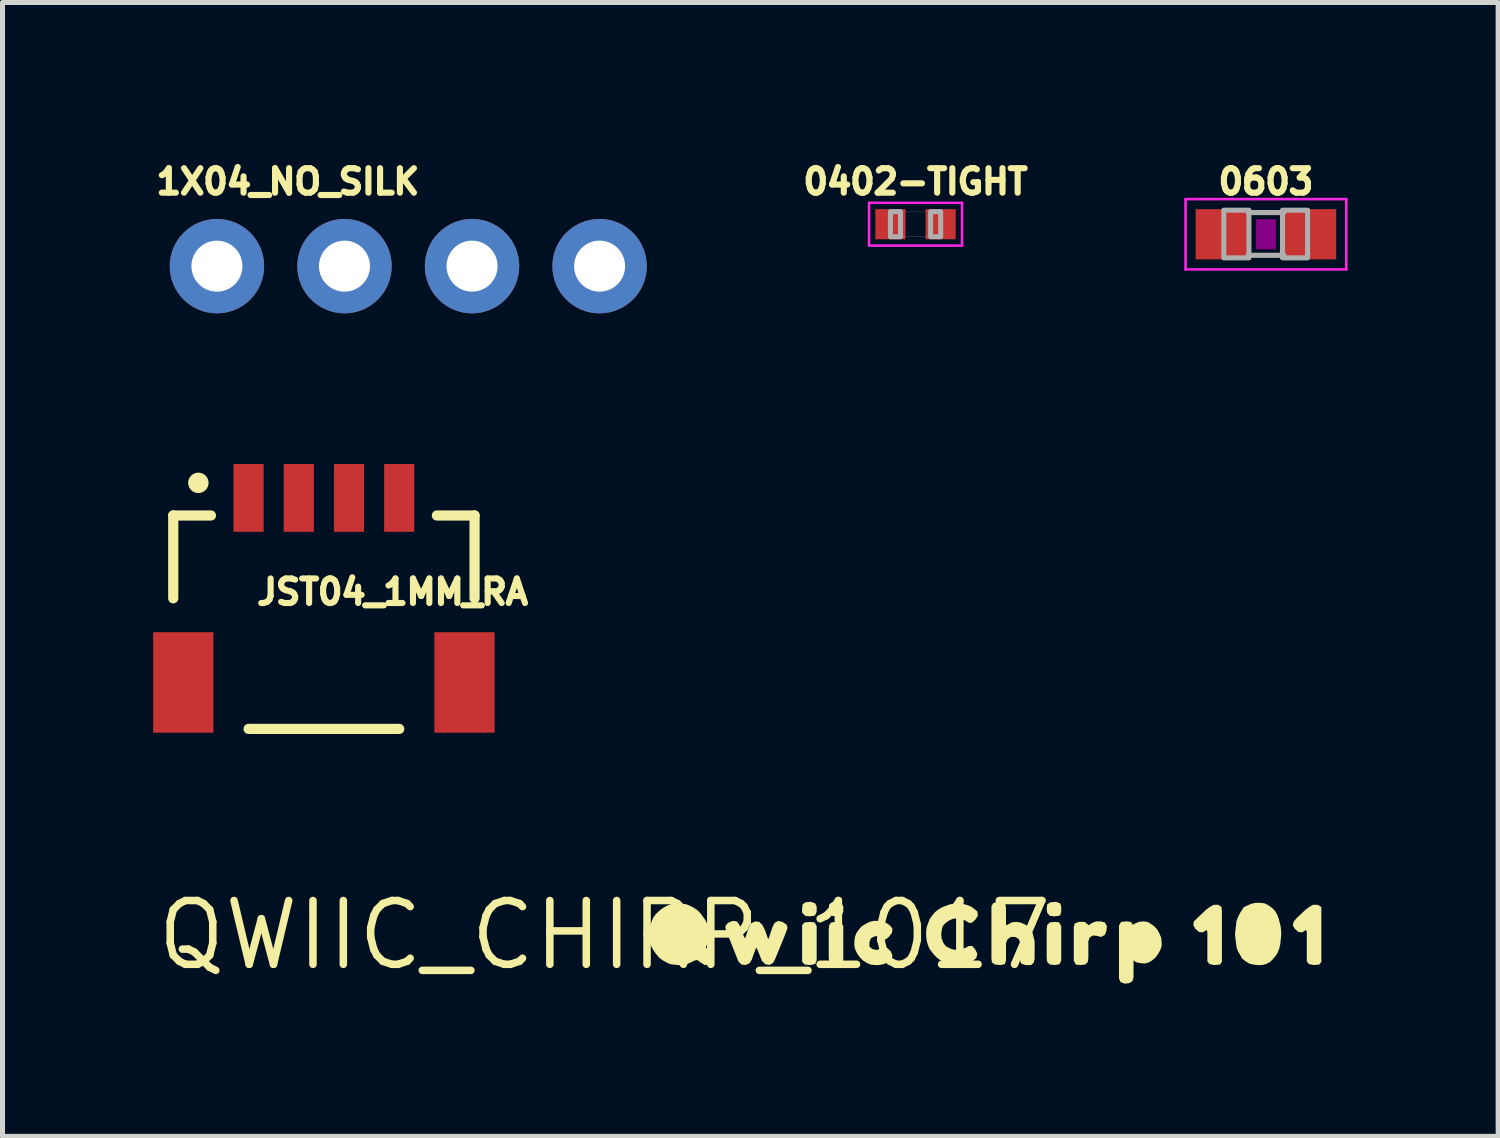
<source format=kicad_pcb>
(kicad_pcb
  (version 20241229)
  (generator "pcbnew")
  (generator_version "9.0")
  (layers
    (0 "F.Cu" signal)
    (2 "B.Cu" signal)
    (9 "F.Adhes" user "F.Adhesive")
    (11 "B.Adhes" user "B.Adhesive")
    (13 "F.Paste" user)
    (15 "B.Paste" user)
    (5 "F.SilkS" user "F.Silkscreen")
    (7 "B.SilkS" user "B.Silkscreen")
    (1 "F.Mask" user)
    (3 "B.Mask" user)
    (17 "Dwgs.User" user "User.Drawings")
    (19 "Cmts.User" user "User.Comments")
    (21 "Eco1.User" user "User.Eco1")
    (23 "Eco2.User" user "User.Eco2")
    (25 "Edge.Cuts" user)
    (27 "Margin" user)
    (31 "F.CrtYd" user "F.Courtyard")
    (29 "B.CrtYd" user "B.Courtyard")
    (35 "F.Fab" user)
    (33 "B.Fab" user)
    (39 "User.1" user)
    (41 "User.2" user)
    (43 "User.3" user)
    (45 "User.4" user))
  (footprint "0603"
    (layer "F.Cu")
    (at 22.159 1.615)
    (property "Reference" "0603" (at 0 -0.762 0) (layer "F.SilkS") (effects (font (size 0.488 0.488) (thickness 0.122)) (justify bottom)))
    (fp_poly (pts (xy -0.2 0.3) (xy 0.2 0.3) (xy 0.2 -0.3) (xy -0.2 -0.3)) (stroke (width 0) (type solid)) (fill yes) (layer "F.Adhes"))
    (fp_line (start -1.6 -0.7) (end 1.6 -0.7) (stroke (width 0.051) (type solid)) (layer "F.CrtYd"))
    (fp_line (start -1.6 0.7) (end -1.6 -0.7) (stroke (width 0.051) (type solid)) (layer "F.CrtYd"))
    (fp_line (start 1.6 -0.7) (end 1.6 0.7) (stroke (width 0.051) (type solid)) (layer "F.CrtYd"))
    (fp_line (start 1.6 0.7) (end -1.6 0.7) (stroke (width 0.051) (type solid)) (layer "F.CrtYd"))
    (fp_line (start -0.356 -0.432) (end 0.356 -0.432) (stroke (width 0.102) (type solid)) (layer "F.Fab"))
    (fp_line (start -0.356 0.419) (end 0.356 0.419) (stroke (width 0.102) (type solid)) (layer "F.Fab"))
    (fp_poly (pts (xy -0.838 0.47) (xy -0.338 0.47) (xy -0.338 -0.48) (xy -0.838 -0.48)) (stroke (width 0.1) (type solid)) (fill no) (layer "F.Fab"))
    (fp_poly (pts (xy 0.33 0.47) (xy 0.83 0.47) (xy 0.83 -0.48) (xy 0.33 -0.48)) (stroke (width 0.1) (type solid)) (fill no) (layer "F.Fab"))
    (pad "1" smd rect (at -0.85 0) (size 1.1 1) (layers "F.Cu" "F.Mask" "F.Paste"))
    (pad "2" smd rect (at 0.85 0) (size 1.1 1) (layers "F.Cu" "F.Mask" "F.Paste")))
  (footprint "0402-TIGHT"
    (layer "F.Cu")
    (at 15.182 1.415)
    (property "Reference" "0402-TIGHT" (at 0 -0.562 0) (layer "F.SilkS") (effects (font (size 0.488 0.488) (thickness 0.122)) (justify bottom)))
    (fp_line (start -0.926 -0.426) (end -0.926 0.426) (stroke (width 0.05) (type solid)) (layer "F.CrtYd"))
    (fp_line (start -0.926 0.426) (end 0.926 0.426) (stroke (width 0.05) (type solid)) (layer "F.CrtYd"))
    (fp_line (start 0.926 -0.426) (end -0.926 -0.426) (stroke (width 0.05) (type solid)) (layer "F.CrtYd"))
    (fp_line (start 0.926 0.426) (end 0.926 -0.426) (stroke (width 0.05) (type solid)) (layer "F.CrtYd"))
    (fp_line (start -0.5 -0.25) (end 0.5 -0.25) (stroke (width 0.003) (type solid)) (layer "F.Fab"))
    (fp_line (start -0.5 0.25) (end -0.5 -0.25) (stroke (width 0.003) (type solid)) (layer "F.Fab"))
    (fp_line (start 0.5 -0.25) (end 0.5 0.25) (stroke (width 0.003) (type solid)) (layer "F.Fab"))
    (fp_line (start 0.5 0.25) (end -0.5 0.25) (stroke (width 0.003) (type solid)) (layer "F.Fab"))
    (fp_poly (pts (xy -0.5 0.25) (xy -0.3 0.25) (xy -0.3 -0.25) (xy -0.5 -0.25)) (stroke (width 0.1) (type solid)) (fill no) (layer "F.Fab"))
    (fp_poly (pts (xy 0.5 -0.25) (xy 0.3 -0.25) (xy 0.3 0.25) (xy 0.5 0.25)) (stroke (width 0.1) (type solid)) (fill no) (layer "F.Fab"))
    (pad "1" smd rect (at -0.5 0) (size 0.6 0.6) (layers "F.Cu" "F.Mask" "F.Paste"))
    (pad "2" smd rect (at 0.5 0) (size 0.6 0.6) (layers "F.Cu" "F.Mask" "F.Paste")))
  (footprint "QWIIC_CHIRP_1017"
    (layer "F.Cu")
    (at 8.988 15.573)
    (property "Reference" "QWIIC_CHIRP_1017" (at 0 0 0) (layer "F.SilkS") (effects (font (size 1.27 1.27) (thickness 0.15))))
    (fp_poly (pts (xy 4.183 -0.255) (xy 4.225 -0.181) (xy 4.225 0.501) (xy 4.194 0.574) (xy 4.1 0.595) (xy 3.988 0.585) (xy 3.935 0.532) (xy 3.935 -0.202) (xy 3.988 -0.255) (xy 4.09 -0.265)) (stroke (width 0) (type solid)) (fill yes) (layer "F.SilkS"))
    (fp_poly (pts (xy 4.194 -0.634) (xy 4.225 -0.571) (xy 4.225 -0.469) (xy 4.194 -0.396) (xy 4.171 -0.385) (xy 4.08 -0.375) (xy 3.998 -0.385) (xy 3.935 -0.448) (xy 3.935 -0.53) (xy 3.945 -0.613) (xy 3.998 -0.655) (xy 4.111 -0.665)) (stroke (width 0) (type solid)) (fill yes) (layer "F.SilkS"))
    (fp_poly (pts (xy 4.713 -0.255) (xy 4.755 -0.181) (xy 4.755 0.501) (xy 4.724 0.574) (xy 4.64 0.595) (xy 4.528 0.585) (xy 4.475 0.532) (xy 4.465 0.45) (xy 4.465 -0.12) (xy 4.475 -0.202) (xy 4.517 -0.255) (xy 4.63 -0.265)) (stroke (width 0) (type solid)) (fill yes) (layer "F.SilkS"))
    (fp_poly (pts (xy 4.724 -0.634) (xy 4.755 -0.571) (xy 4.755 -0.469) (xy 4.724 -0.396) (xy 4.701 -0.385) (xy 4.62 -0.375) (xy 4.528 -0.385) (xy 4.465 -0.448) (xy 4.465 -0.53) (xy 4.475 -0.613) (xy 4.528 -0.655) (xy 4.641 -0.665)) (stroke (width 0) (type solid)) (fill yes) (layer "F.SilkS"))
    (fp_poly (pts (xy 9.053 -0.255) (xy 9.095 -0.181) (xy 9.095 0.501) (xy 9.064 0.574) (xy 8.98 0.595) (xy 8.868 0.585) (xy 8.815 0.532) (xy 8.805 0.45) (xy 8.805 -0.12) (xy 8.815 -0.202) (xy 8.868 -0.255) (xy 8.97 -0.265)) (stroke (width 0) (type solid)) (fill yes) (layer "F.SilkS"))
    (fp_poly (pts (xy 9.074 -0.634) (xy 9.095 -0.571) (xy 9.095 -0.469) (xy 9.074 -0.396) (xy 9.041 -0.385) (xy 8.96 -0.375) (xy 8.867 -0.385) (xy 8.815 -0.448) (xy 8.805 -0.53) (xy 8.815 -0.613) (xy 8.878 -0.655) (xy 8.991 -0.665)) (stroke (width 0) (type solid)) (fill yes) (layer "F.SilkS"))
    (fp_poly (pts (xy 14.275 -0.563) (xy 14.275 0.532) (xy 14.233 0.585) (xy 14.13 0.595) (xy 14.027 0.575) (xy 13.985 0.522) (xy 13.985 -0.069) (xy 13.968 -0.103) (xy 13.891 -0.055) (xy 13.818 -0.065) (xy 13.746 -0.127) (xy 13.705 -0.199) (xy 13.725 -0.272) (xy 13.786 -0.343) (xy 13.967 -0.514) (xy 14.037 -0.564) (xy 14.109 -0.605) (xy 14.201 -0.605)) (stroke (width 0) (type solid)) (fill yes) (layer "F.SilkS"))
    (fp_poly (pts (xy 12.285 -0.563) (xy 12.295 -0.48) (xy 12.295 0.532) (xy 12.253 0.585) (xy 12.14 0.595) (xy 12.047 0.574) (xy 12.005 0.522) (xy 12.005 -0.069) (xy 11.988 -0.103) (xy 11.911 -0.055) (xy 11.838 -0.065) (xy 11.766 -0.127) (xy 11.725 -0.199) (xy 11.735 -0.272) (xy 11.807 -0.344) (xy 11.987 -0.514) (xy 12.057 -0.564) (xy 12.129 -0.605) (xy 12.222 -0.605)) (stroke (width 0) (type solid)) (fill yes) (layer "F.SilkS"))
    (fp_poly (pts (xy 9.963 -0.254) (xy 10.005 -0.181) (xy 9.995 -0.089) (xy 9.964 -0.007) (xy 9.891 0.035) (xy 9.809 0.015) (xy 9.731 0.005) (xy 9.664 0.043) (xy 9.635 0.121) (xy 9.635 0.45) (xy 9.625 0.532) (xy 9.572 0.585) (xy 9.47 0.595) (xy 9.387 0.585) (xy 9.345 0.511) (xy 9.345 -0.171) (xy 9.366 -0.234) (xy 9.449 -0.265) (xy 9.562 -0.265) (xy 9.613 -0.224) (xy 9.641 -0.197) (xy 9.708 -0.244) (xy 9.789 -0.275) (xy 9.881 -0.275)) (stroke (width 0) (type solid)) (fill yes) (layer "F.SilkS"))
    (fp_poly (pts (xy 10.812 -0.265) (xy 10.883 -0.224) (xy 10.953 -0.174) (xy 11.014 -0.103) (xy 11.055 -0.022) (xy 11.085 0.049) (xy 11.095 0.14) (xy 11.095 0.221) (xy 11.065 0.302) (xy 11.024 0.373) (xy 10.974 0.443) (xy 10.903 0.504) (xy 10.832 0.545) (xy 10.75 0.565) (xy 10.659 0.555) (xy 10.578 0.535) (xy 10.535 0.5) (xy 10.535 0.831) (xy 10.514 0.913) (xy 10.452 0.955) (xy 10.359 0.965) (xy 10.276 0.934) (xy 10.245 0.861) (xy 10.245 -0.191) (xy 10.287 -0.265) (xy 10.39 -0.275) (xy 10.483 -0.265) (xy 10.522 -0.207) (xy 10.568 -0.234) (xy 10.639 -0.265) (xy 10.73 -0.275)) (stroke (width 0) (type solid)) (fill yes) (layer "F.SilkS"))
    (fp_poly (pts (xy 7.932 -0.655) (xy 7.985 -0.613) (xy 7.995 -0.53) (xy 7.995 -0.197) (xy 8.038 -0.215) (xy 8.108 -0.255) (xy 8.19 -0.265) (xy 8.271 -0.255) (xy 8.352 -0.225) (xy 8.423 -0.184) (xy 8.484 -0.113) (xy 8.525 -0.042) (xy 8.545 0.039) (xy 8.565 0.119) (xy 8.565 0.471) (xy 8.544 0.553) (xy 8.492 0.595) (xy 8.379 0.595) (xy 8.296 0.564) (xy 8.275 0.491) (xy 8.275 0.141) (xy 8.246 0.074) (xy 8.179 0.035) (xy 8.092 0.035) (xy 8.024 0.083) (xy 7.995 0.161) (xy 7.995 0.501) (xy 7.974 0.574) (xy 7.89 0.595) (xy 7.778 0.585) (xy 7.715 0.543) (xy 7.705 0.46) (xy 7.705 -0.571) (xy 7.736 -0.634) (xy 7.809 -0.665)) (stroke (width 0) (type solid)) (fill yes) (layer "F.SilkS"))
    (fp_poly (pts (xy 3.542 -0.265) (xy 3.624 -0.213) (xy 3.645 -0.15) (xy 3.615 -0.058) (xy 3.555 0.092) (xy 3.395 0.482) (xy 3.354 0.554) (xy 3.281 0.595) (xy 3.197 0.575) (xy 3.136 0.513) (xy 3.115 0.462) (xy 3.055 0.312) (xy 3.021 0.243) (xy 2.955 0.422) (xy 2.935 0.482) (xy 2.894 0.554) (xy 2.811 0.595) (xy 2.728 0.585) (xy 2.666 0.523) (xy 2.415 -0.109) (xy 2.405 -0.181) (xy 2.457 -0.244) (xy 2.549 -0.285) (xy 2.633 -0.275) (xy 2.684 -0.213) (xy 2.765 -0.002) (xy 2.799 0.067) (xy 2.875 -0.162) (xy 2.916 -0.234) (xy 2.999 -0.275) (xy 3.082 -0.265) (xy 3.144 -0.203) (xy 3.195 -0.102) (xy 3.254 0.066) (xy 3.267 0.073) (xy 3.345 -0.162) (xy 3.386 -0.244) (xy 3.459 -0.285)) (stroke (width 0) (type solid)) (fill yes) (layer "F.SilkS"))
    (fp_poly (pts (xy 5.521 -0.275) (xy 5.612 -0.245) (xy 5.683 -0.194) (xy 5.735 -0.132) (xy 5.725 -0.048) (xy 5.664 0.033) (xy 5.601 0.086) (xy 5.528 0.055) (xy 5.449 0.015) (xy 5.372 0.025) (xy 5.304 0.063) (xy 5.275 0.141) (xy 5.275 0.228) (xy 5.332 0.275) (xy 5.41 0.295) (xy 5.488 0.275) (xy 5.57 0.235) (xy 5.633 0.256) (xy 5.704 0.327) (xy 5.735 0.41) (xy 5.714 0.483) (xy 5.633 0.544) (xy 5.562 0.575) (xy 5.471 0.595) (xy 5.39 0.595) (xy 5.299 0.585) (xy 5.228 0.554) (xy 5.147 0.504) (xy 5.086 0.443) (xy 5.036 0.373) (xy 4.995 0.292) (xy 4.975 0.211) (xy 4.975 0.13) (xy 4.985 0.039) (xy 5.016 -0.042) (xy 5.066 -0.113) (xy 5.117 -0.174) (xy 5.198 -0.224) (xy 5.278 -0.265) (xy 5.359 -0.285) (xy 5.44 -0.285)) (stroke (width 0) (type solid)) (fill yes) (layer "F.SilkS"))
    (fp_poly (pts (xy 13.141 -0.635) (xy 13.223 -0.594) (xy 13.293 -0.544) (xy 13.354 -0.483) (xy 13.395 -0.412) (xy 13.425 -0.331) (xy 13.444 -0.256) (xy 13.465 -0.171) (xy 13.475 -0.08) (xy 13.475 0.01) (xy 13.465 0.101) (xy 13.455 0.191) (xy 13.435 0.271) (xy 13.404 0.352) (xy 13.364 0.413) (xy 13.314 0.473) (xy 13.253 0.534) (xy 13.172 0.575) (xy 13.091 0.595) (xy 13 0.595) (xy 12.919 0.585) (xy 12.838 0.565) (xy 12.757 0.514) (xy 12.696 0.463) (xy 12.656 0.392) (xy 12.615 0.322) (xy 12.585 0.241) (xy 12.575 0.161) (xy 12.565 0.071) (xy 12.555 -0.02) (xy 12.565 -0.111) (xy 12.575 -0.201) (xy 12.585 -0.281) (xy 12.615 -0.362) (xy 12.656 -0.443) (xy 12.696 -0.503) (xy 12.726 -0.554) (xy 12.808 -0.595) (xy 12.878 -0.625) (xy 12.969 -0.645) (xy 13.06 -0.645)) (stroke (width 0) (type solid)) (fill yes) (layer "F.SilkS"))
    (fp_poly (pts (xy 1.551 -0.625) (xy 1.631 -0.615) (xy 1.702 -0.585) (xy 1.783 -0.544) (xy 1.853 -0.494) (xy 1.914 -0.433) (xy 1.964 -0.363) (xy 2.014 -0.292) (xy 2.045 -0.222) (xy 2.065 -0.141) (xy 2.075 -0.05) (xy 2.065 0.041) (xy 2.055 0.121) (xy 2.035 0.202) (xy 2.016 0.248) (xy 2.093 0.306) (xy 2.154 0.357) (xy 2.175 0.42) (xy 2.134 0.503) (xy 2.073 0.585) (xy 1.999 0.595) (xy 1.927 0.554) (xy 1.849 0.495) (xy 1.792 0.505) (xy 1.712 0.545) (xy 1.642 0.575) (xy 1.551 0.595) (xy 1.47 0.595) (xy 1.379 0.585) (xy 1.299 0.575) (xy 1.218 0.534) (xy 1.147 0.494) (xy 1.086 0.444) (xy 1.026 0.373) (xy 0.976 0.303) (xy 0.938 0.236) (xy 0.937 0.237) (xy 0.935 0.232) (xy 0.933 0.228) (xy 0.934 0.227) (xy 0.905 0.151) (xy 0.885 0.071) (xy 0.885 -0.101) (xy 0.905 -0.181) (xy 0.935 -0.262) (xy 0.966 -0.342) (xy 1.016 -0.413) (xy 1.077 -0.474) (xy 1.137 -0.524) (xy 1.218 -0.574) (xy 1.288 -0.605) (xy 1.369 -0.625) (xy 1.46 -0.635)) (stroke (width 0) (type solid)) (fill yes) (layer "F.SilkS"))
    (fp_poly (pts (xy 7.121 -0.625) (xy 7.211 -0.605) (xy 7.292 -0.574) (xy 7.363 -0.524) (xy 7.425 -0.473) (xy 7.435 -0.389) (xy 7.384 -0.307) (xy 7.312 -0.245) (xy 7.259 -0.245) (xy 7.178 -0.295) (xy 7.099 -0.325) (xy 7.01 -0.335) (xy 6.931 -0.325) (xy 6.853 -0.286) (xy 6.783 -0.236) (xy 6.735 -0.178) (xy 6.715 -0.099) (xy 6.705 -0.01) (xy 6.715 0.069) (xy 6.744 0.148) (xy 6.793 0.216) (xy 6.862 0.255) (xy 6.941 0.285) (xy 7.02 0.295) (xy 7.099 0.285) (xy 7.178 0.255) (xy 7.259 0.215) (xy 7.322 0.215) (xy 7.384 0.287) (xy 7.425 0.369) (xy 7.404 0.453) (xy 7.343 0.504) (xy 7.282 0.545) (xy 7.181 0.575) (xy 7.101 0.595) (xy 6.939 0.595) (xy 6.848 0.575) (xy 6.778 0.545) (xy 6.697 0.504) (xy 6.627 0.454) (xy 6.566 0.393) (xy 6.516 0.333) (xy 6.466 0.262) (xy 6.435 0.181) (xy 6.415 0.101) (xy 6.405 0.01) (xy 6.405 -0.08) (xy 6.415 -0.161) (xy 6.445 -0.242) (xy 6.476 -0.322) (xy 6.526 -0.393) (xy 6.576 -0.454) (xy 6.637 -0.504) (xy 6.718 -0.555) (xy 6.798 -0.585) (xy 6.879 -0.615) (xy 6.959 -0.625) (xy 7.04 -0.635)) (stroke (width 0) (type solid)) (fill yes) (layer "F.SilkS")))
  (footprint "1X04_NO_SILK"
    (layer "F.Cu")
    (at 1.27 2.25)
    (property "Reference" "1X04_NO_SILK" (at -1.27 -1.397 0) (layer "F.SilkS") (effects (font (size 0.488 0.488) (thickness 0.122)) (justify left bottom)))
    (fp_poly (pts (xy -0.254 0.254) (xy 0.254 0.254) (xy 0.254 -0.254) (xy -0.254 -0.254)) (stroke (width 0.1) (type solid)) (fill no) (layer "F.Fab"))
    (fp_poly (pts (xy 2.286 0.254) (xy 2.794 0.254) (xy 2.794 -0.254) (xy 2.286 -0.254)) (stroke (width 0.1) (type solid)) (fill no) (layer "F.Fab"))
    (fp_poly (pts (xy 4.826 0.254) (xy 5.334 0.254) (xy 5.334 -0.254) (xy 4.826 -0.254)) (stroke (width 0.1) (type solid)) (fill no) (layer "F.Fab"))
    (fp_poly (pts (xy 7.366 0.254) (xy 7.874 0.254) (xy 7.874 -0.254) (xy 7.366 -0.254)) (stroke (width 0.1) (type solid)) (fill no) (layer "F.Fab"))
    (pad "1" thru_hole circle (at 0 0 90) (size 1.88 1.88) (drill 1.016) (layers "*.Cu" "*.Mask"))
    (pad "2" thru_hole circle (at 2.54 0 90) (size 1.88 1.88) (drill 1.016) (layers "*.Cu" "*.Mask"))
    (pad "3" thru_hole circle (at 5.08 0 90) (size 1.88 1.88) (drill 1.016) (layers "*.Cu" "*.Mask"))
    (pad "4" thru_hole circle (at 7.62 0 90) (size 1.88 1.88) (drill 1.016) (layers "*.Cu" "*.Mask")))
  (footprint "JST04_1MM_RA"
    (layer "F.Cu")
    (at 3.4 6.865)
    (property "Reference" "JST04_1MM_RA" (at -1.397 2.159 0) (layer "F.SilkS") (effects (font (size 0.488 0.488) (thickness 0.122)) (justify left bottom)))
    (fp_line (start -3 0.35) (end -2.25 0.35) (stroke (width 0.203) (type solid)) (layer "F.SilkS"))
    (fp_line (start -3 2) (end -3 0.35) (stroke (width 0.203) (type solid)) (layer "F.SilkS"))
    (fp_line (start -1.5 4.6) (end 1.5 4.6) (stroke (width 0.203) (type solid)) (layer "F.SilkS"))
    (fp_line (start 2.25 0.35) (end 3 0.35) (stroke (width 0.203) (type solid)) (layer "F.SilkS"))
    (fp_line (start 3 0.35) (end 3 2) (stroke (width 0.203) (type solid)) (layer "F.SilkS"))
    (fp_circle (center -2.5 -0.3) (end -2.398 -0.3) (stroke (width 0.203) (type solid)) (fill no) (layer "F.SilkS"))
    (pad "1" smd rect (at -1.5 0) (size 0.6 1.35) (layers "F.Cu" "F.Mask" "F.Paste"))
    (pad "2" smd rect (at -0.5 0) (size 0.6 1.35) (layers "F.Cu" "F.Mask" "F.Paste"))
    (pad "3" smd rect (at 0.5 0) (size 0.6 1.35) (layers "F.Cu" "F.Mask" "F.Paste"))
    (pad "4" smd rect (at 1.5 0) (size 0.6 1.35) (layers "F.Cu" "F.Mask" "F.Paste"))
    (pad "NC1" smd rect (at 2.8 3.675) (size 1.2 2) (layers "F.Cu" "F.Mask" "F.Paste"))
    (pad "NC2" smd rect (at -2.8 3.675) (size 1.2 2) (layers "F.Cu" "F.Mask" "F.Paste")))
  (gr_rect
    (start -3 -3)
    (end 26.784 19.579)
    (stroke (width 0.1) (type default))
    (fill no)
    (layer "Edge.Cuts")))
</source>
